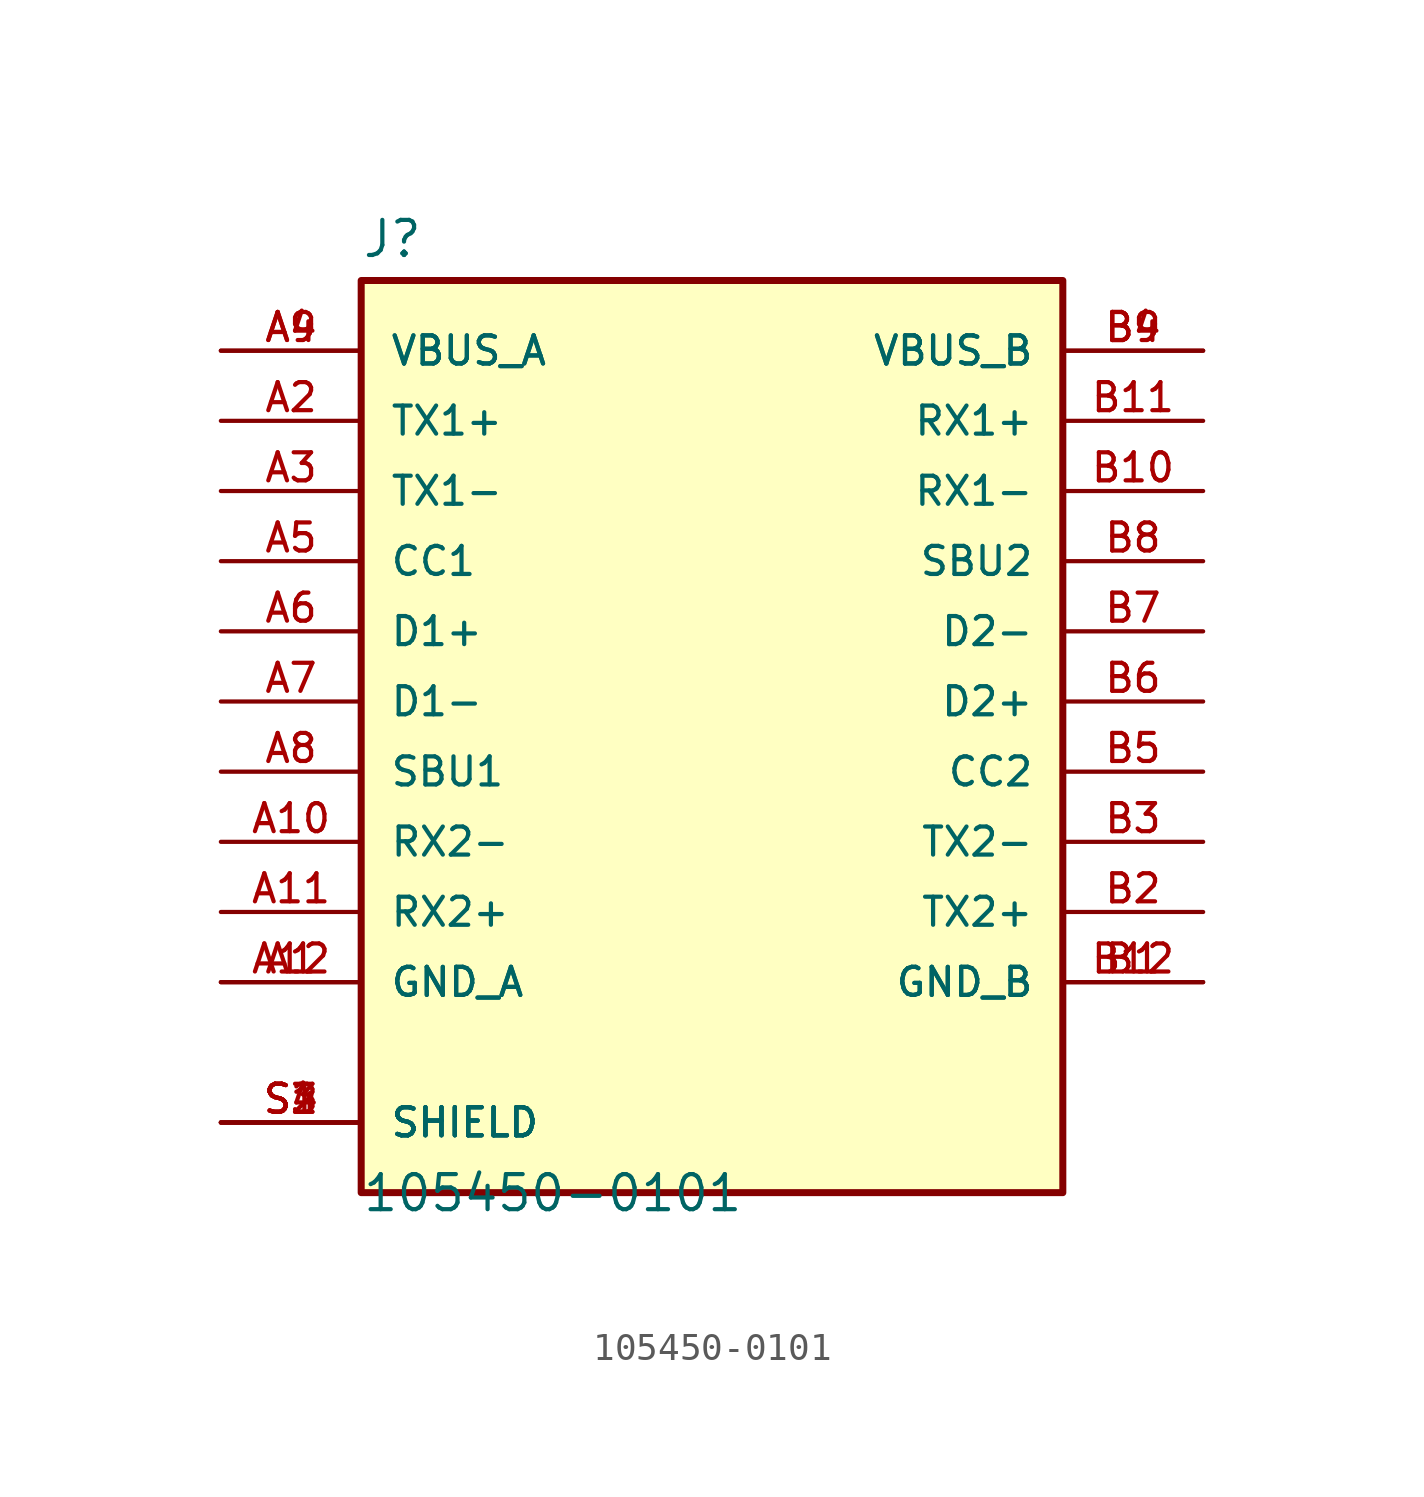
<source format=kicad_sym>
(kicad_symbol_lib
  (version 20211014)
  (generator kicad_symbol_editor)
  (symbol "105450-0101"
    (pin_names
      (offset 1.016))
    (property "Reference" "J"
      (at -12.7 16.002 0)
      (effects (font (size 1.27 1.27)) (justify left bottom)))
    (property "Value" "105450-0101"
      (at -12.7 -18.542 0)
      (effects (font (size 1.27 1.27)) (justify left bottom)))
    (property "ki_locked" ""
      (at 0 0 0)
      (effects (font (size 1.27 1.27))))
    (symbol "105450-0101_0_0"
      (rectangle (start -12.7 -17.78) (end 12.7 15.24) (stroke (width 0.254) (type default) (color 0 0 0 0)) (fill (type background)))
      (pin power_in line (at -17.78 -10.16 0) (length 5.08) (name "GND_A" (effects (font (size 1.016 1.016)))) (number "A1" (effects (font (size 1.016 1.016)))))
      (pin bidirectional line (at -17.78 -5.08 0) (length 5.08) (name "RX2-" (effects (font (size 1.016 1.016)))) (number "A10" (effects (font (size 1.016 1.016)))))
      (pin bidirectional line (at -17.78 -7.62 0) (length 5.08) (name "RX2+" (effects (font (size 1.016 1.016)))) (number "A11" (effects (font (size 1.016 1.016)))))
      (pin power_in line (at -17.78 -10.16 0) (length 5.08) (name "GND_A" (effects (font (size 1.016 1.016)))) (number "A12" (effects (font (size 1.016 1.016)))))
      (pin bidirectional line (at -17.78 10.16 0) (length 5.08) (name "TX1+" (effects (font (size 1.016 1.016)))) (number "A2" (effects (font (size 1.016 1.016)))))
      (pin bidirectional line (at -17.78 7.62 0) (length 5.08) (name "TX1-" (effects (font (size 1.016 1.016)))) (number "A3" (effects (font (size 1.016 1.016)))))
      (pin power_in line (at -17.78 12.7 0) (length 5.08) (name "VBUS_A" (effects (font (size 1.016 1.016)))) (number "A4" (effects (font (size 1.016 1.016)))))
      (pin bidirectional line (at -17.78 5.08 0) (length 5.08) (name "CC1" (effects (font (size 1.016 1.016)))) (number "A5" (effects (font (size 1.016 1.016)))))
      (pin bidirectional line (at -17.78 2.54 0) (length 5.08) (name "D1+" (effects (font (size 1.016 1.016)))) (number "A6" (effects (font (size 1.016 1.016)))))
      (pin bidirectional line (at -17.78 0 0) (length 5.08) (name "D1-" (effects (font (size 1.016 1.016)))) (number "A7" (effects (font (size 1.016 1.016)))))
      (pin bidirectional line (at -17.78 -2.54 0) (length 5.08) (name "SBU1" (effects (font (size 1.016 1.016)))) (number "A8" (effects (font (size 1.016 1.016)))))
      (pin power_in line (at -17.78 12.7 0) (length 5.08) (name "VBUS_A" (effects (font (size 1.016 1.016)))) (number "A9" (effects (font (size 1.016 1.016)))))
      (pin power_in line (at 17.78 -10.16 180) (length 5.08) (name "GND_B" (effects (font (size 1.016 1.016)))) (number "B1" (effects (font (size 1.016 1.016)))))
      (pin bidirectional line (at 17.78 7.62 180) (length 5.08) (name "RX1-" (effects (font (size 1.016 1.016)))) (number "B10" (effects (font (size 1.016 1.016)))))
      (pin bidirectional line (at 17.78 10.16 180) (length 5.08) (name "RX1+" (effects (font (size 1.016 1.016)))) (number "B11" (effects (font (size 1.016 1.016)))))
      (pin power_in line (at 17.78 -10.16 180) (length 5.08) (name "GND_B" (effects (font (size 1.016 1.016)))) (number "B12" (effects (font (size 1.016 1.016)))))
      (pin bidirectional line (at 17.78 -7.62 180) (length 5.08) (name "TX2+" (effects (font (size 1.016 1.016)))) (number "B2" (effects (font (size 1.016 1.016)))))
      (pin bidirectional line (at 17.78 -5.08 180) (length 5.08) (name "TX2-" (effects (font (size 1.016 1.016)))) (number "B3" (effects (font (size 1.016 1.016)))))
      (pin power_in line (at 17.78 12.7 180) (length 5.08) (name "VBUS_B" (effects (font (size 1.016 1.016)))) (number "B4" (effects (font (size 1.016 1.016)))))
      (pin bidirectional line (at 17.78 -2.54 180) (length 5.08) (name "CC2" (effects (font (size 1.016 1.016)))) (number "B5" (effects (font (size 1.016 1.016)))))
      (pin bidirectional line (at 17.78 0 180) (length 5.08) (name "D2+" (effects (font (size 1.016 1.016)))) (number "B6" (effects (font (size 1.016 1.016)))))
      (pin bidirectional line (at 17.78 2.54 180) (length 5.08) (name "D2-" (effects (font (size 1.016 1.016)))) (number "B7" (effects (font (size 1.016 1.016)))))
      (pin bidirectional line (at 17.78 5.08 180) (length 5.08) (name "SBU2" (effects (font (size 1.016 1.016)))) (number "B8" (effects (font (size 1.016 1.016)))))
      (pin power_in line (at 17.78 12.7 180) (length 5.08) (name "VBUS_B" (effects (font (size 1.016 1.016)))) (number "B9" (effects (font (size 1.016 1.016)))))
      (pin passive line (at -17.78 -15.24 0) (length 5.08) (name "SHIELD" (effects (font (size 1.016 1.016)))) (number "S1" (effects (font (size 1.016 1.016)))))
      (pin passive line (at -17.78 -15.24 0) (length 5.08) (name "SHIELD" (effects (font (size 1.016 1.016)))) (number "S2" (effects (font (size 1.016 1.016)))))
      (pin passive line (at -17.78 -15.24 0) (length 5.08) (name "SHIELD" (effects (font (size 1.016 1.016)))) (number "S3" (effects (font (size 1.016 1.016)))))
      (pin passive line (at -17.78 -15.24 0) (length 5.08) (name "SHIELD" (effects (font (size 1.016 1.016)))) (number "S4" (effects (font (size 1.016 1.016))))))))
</source>
